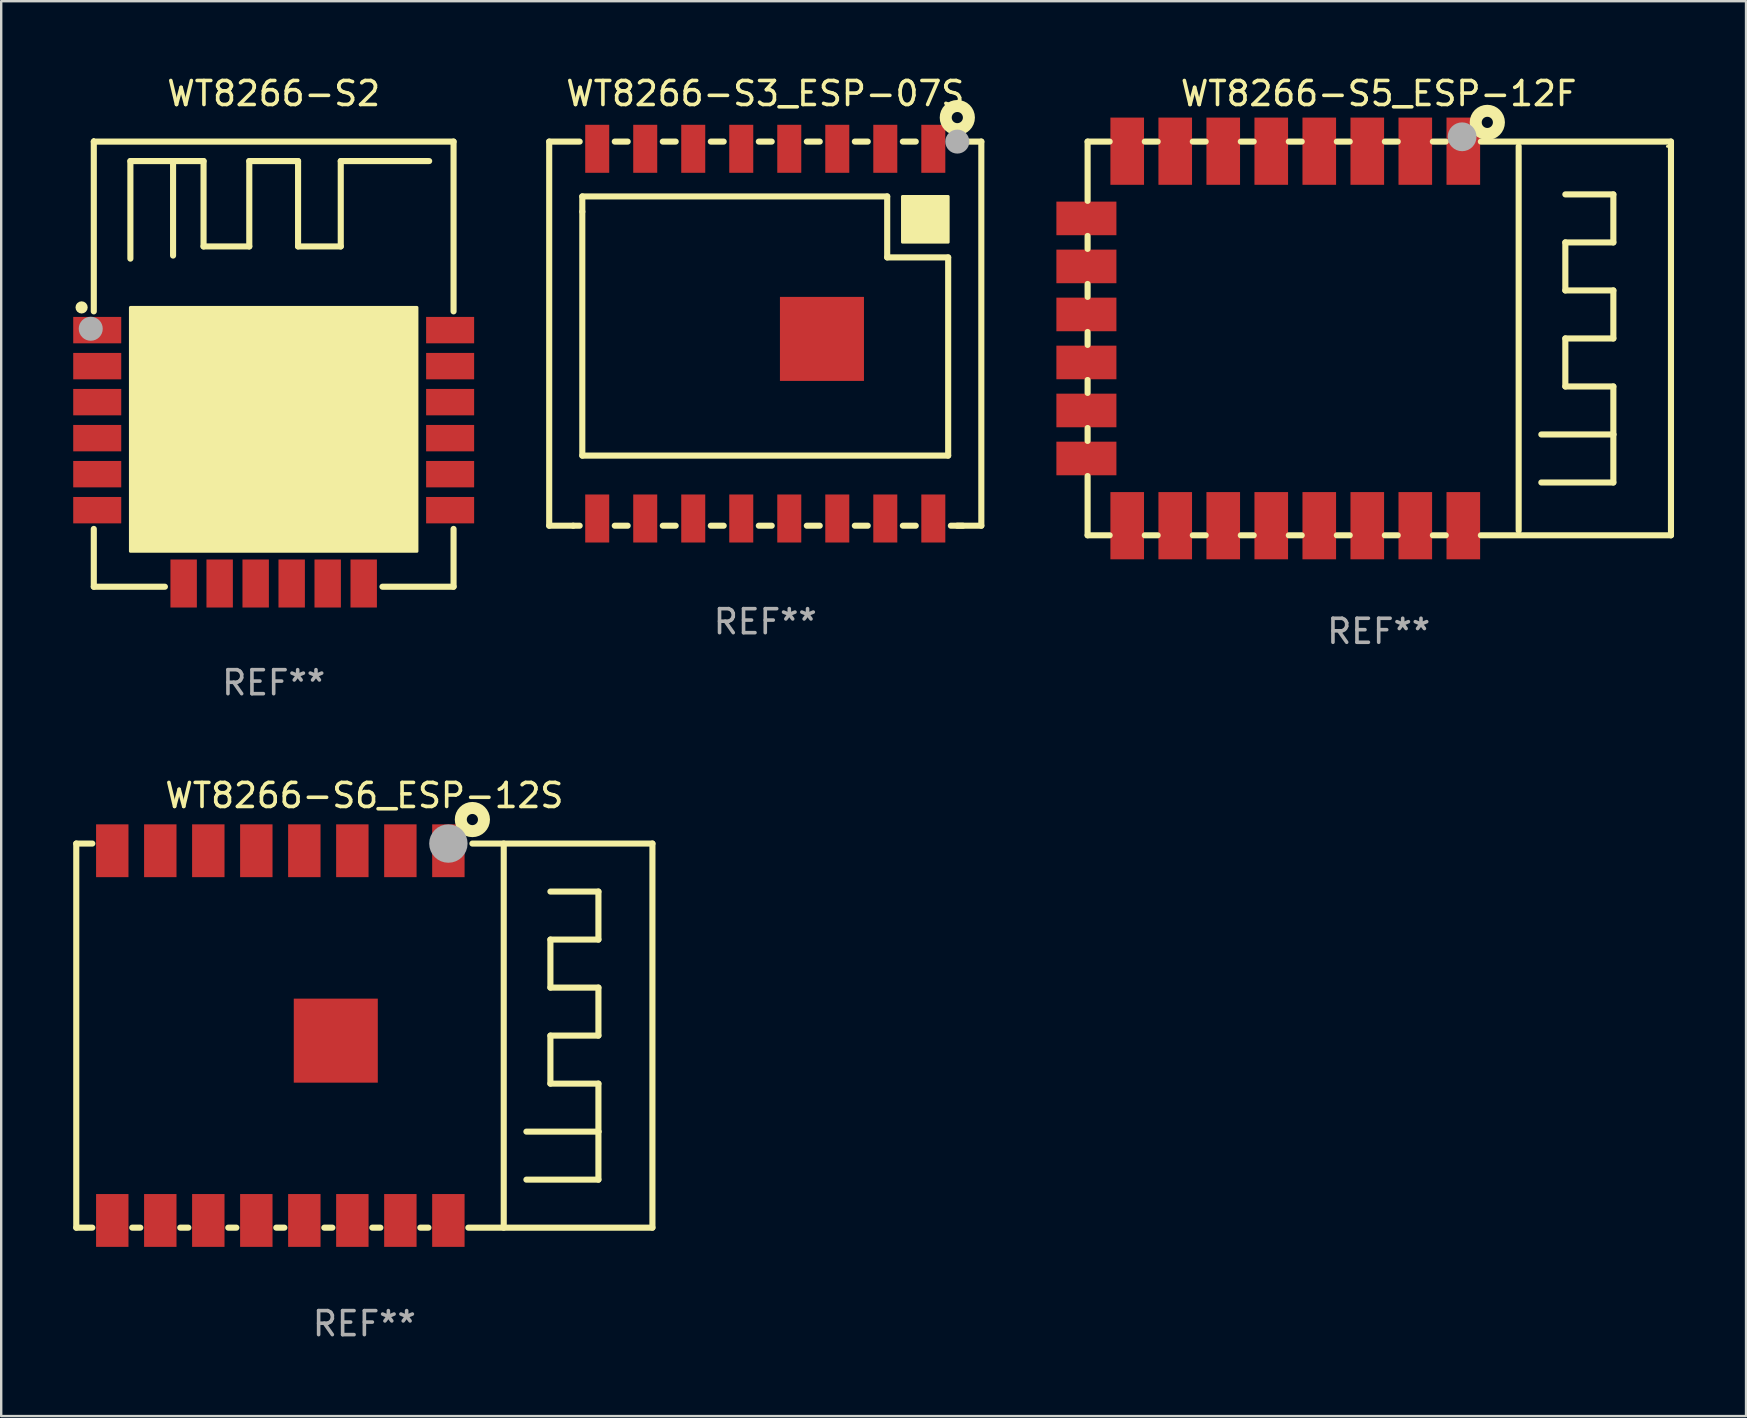
<source format=kicad_pcb>
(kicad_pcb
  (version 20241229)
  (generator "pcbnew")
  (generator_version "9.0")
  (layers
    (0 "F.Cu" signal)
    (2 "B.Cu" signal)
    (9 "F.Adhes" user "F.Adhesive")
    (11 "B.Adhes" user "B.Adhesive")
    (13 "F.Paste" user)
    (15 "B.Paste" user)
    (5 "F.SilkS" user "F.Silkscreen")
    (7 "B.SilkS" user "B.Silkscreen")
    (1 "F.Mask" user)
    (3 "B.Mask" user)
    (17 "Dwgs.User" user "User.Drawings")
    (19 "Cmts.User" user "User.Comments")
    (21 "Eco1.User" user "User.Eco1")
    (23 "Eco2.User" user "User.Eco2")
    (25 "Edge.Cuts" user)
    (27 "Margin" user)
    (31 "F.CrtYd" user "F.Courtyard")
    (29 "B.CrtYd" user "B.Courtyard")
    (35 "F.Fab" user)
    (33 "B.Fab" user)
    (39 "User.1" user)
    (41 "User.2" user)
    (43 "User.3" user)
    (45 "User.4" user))
  (footprint "WT8266-S3_ESP-07S"
    (layer "F.Cu")
    (at 28.827 10.848)
    (property "Reference" "WT8266-S3_ESP-07S" (at 0 -10 0) (layer "F.SilkS") (effects (font (size 1 1) (thickness 0.15))))
    (attr through_hole)
    (fp_line (start -9 -8) (end -9 8) (stroke (width 0.254) (type solid)) (layer "F.SilkS"))
    (fp_line (start -9 8) (end -8 8) (stroke (width 0.254) (type solid)) (layer "F.SilkS"))
    (fp_line (start -8 8) (end -7.731 8) (stroke (width 0.254) (type solid)) (layer "F.SilkS"))
    (fp_line (start -7.731 -8) (end -9 -8) (stroke (width 0.254) (type solid)) (layer "F.SilkS"))
    (fp_line (start -7.621 -5.716) (end -7.621 -5.081) (stroke (width 0.254) (type solid)) (layer "F.SilkS"))
    (fp_line (start -7.621 -5.081) (end -7.621 5.08) (stroke (width 0.254) (type solid)) (layer "F.SilkS"))
    (fp_line (start -7.621 5.08) (end 7.619 5.08) (stroke (width 0.254) (type solid)) (layer "F.SilkS"))
    (fp_line (start -6.269 8) (end -5.731 8) (stroke (width 0.254) (type solid)) (layer "F.SilkS"))
    (fp_line (start -5.731 -8) (end -6.269 -8) (stroke (width 0.254) (type solid)) (layer "F.SilkS"))
    (fp_line (start -4.269 8) (end -3.731 8) (stroke (width 0.254) (type solid)) (layer "F.SilkS"))
    (fp_line (start -3.731 -8) (end -4.269 -8) (stroke (width 0.254) (type solid)) (layer "F.SilkS"))
    (fp_line (start -2.269 8) (end -1.731 8) (stroke (width 0.254) (type solid)) (layer "F.SilkS"))
    (fp_line (start -1.731 -8) (end -2.269 -8) (stroke (width 0.254) (type solid)) (layer "F.SilkS"))
    (fp_line (start -0.269 8) (end 0.269 8) (stroke (width 0.254) (type solid)) (layer "F.SilkS"))
    (fp_line (start 0.269 -8) (end -0.269 -8) (stroke (width 0.254) (type solid)) (layer "F.SilkS"))
    (fp_line (start 1.731 8) (end 2.269 8) (stroke (width 0.254) (type solid)) (layer "F.SilkS"))
    (fp_line (start 2.269 -8) (end 1.731 -8) (stroke (width 0.254) (type solid)) (layer "F.SilkS"))
    (fp_line (start 3.731 8) (end 4.269 8) (stroke (width 0.254) (type solid)) (layer "F.SilkS"))
    (fp_line (start 4.269 -8) (end 3.731 -8) (stroke (width 0.254) (type solid)) (layer "F.SilkS"))
    (fp_line (start 5.079 -5.716) (end -7.621 -5.716) (stroke (width 0.254) (type solid)) (layer "F.SilkS"))
    (fp_line (start 5.079 -3.176) (end 5.079 -5.716) (stroke (width 0.254) (type solid)) (layer "F.SilkS"))
    (fp_line (start 5.731 8) (end 6.269 8) (stroke (width 0.254) (type solid)) (layer "F.SilkS"))
    (fp_line (start 6.269 -8) (end 5.731 -8) (stroke (width 0.254) (type solid)) (layer "F.SilkS"))
    (fp_line (start 7.619 -3.176) (end 5.079 -3.176) (stroke (width 0.254) (type solid)) (layer "F.SilkS"))
    (fp_line (start 7.619 5.08) (end 7.619 -3.176) (stroke (width 0.254) (type solid)) (layer "F.SilkS"))
    (fp_line (start 7.731 8) (end 8.232 8) (stroke (width 0.254) (type solid)) (layer "F.SilkS"))
    (fp_line (start 8 -8) (end 7.731 -8) (stroke (width 0.254) (type solid)) (layer "F.SilkS"))
    (fp_line (start 8 -8) (end 9 -8) (stroke (width 0.254) (type solid)) (layer "F.SilkS"))
    (fp_line (start 9 -8) (end 9 8) (stroke (width 0.254) (type solid)) (layer "F.SilkS"))
    (fp_line (start 9 8) (end 8 8) (stroke (width 0.254) (type solid)) (layer "F.SilkS"))
    (fp_circle (center 8 -9) (end 8.233 -9) (stroke (width 0.5) (type solid)) (fill no) (layer "F.SilkS"))
    (fp_circle (center 8.5 -8) (end 8.53 -8) (stroke (width 0.06) (type solid)) (fill no) (layer "F.SilkS"))
    (fp_poly (pts (xy 5.715 -5.715) (xy 7.62 -5.715) (xy 7.62 -3.81) (xy 5.715 -3.81)) (stroke (width 0.12) (type solid)) (fill yes) (layer "F.SilkS"))
    (fp_circle (center 8 -8) (end 8.25 -8) (stroke (width 0.5) (type solid)) (fill no) (layer "F.Fab"))
    (fp_text user "WIFI" (at -5.588 1.27 0) (layer "B.Mask") (effects (font (size 1 1) (thickness 0.15))))
    (fp_text user "REF**" (at 0 12 0) (layer "F.Fab") (effects (font (size 1 1) (thickness 0.15))))
    (pad "1" smd rect (at 7 -7.7 90) (size 2 1) (layers "F.Cu" "F.Mask" "F.Paste"))
    (pad "2" smd rect (at 5 -7.7 90) (size 2 1) (layers "F.Cu" "F.Mask" "F.Paste"))
    (pad "3" smd rect (at 3 -7.7 90) (size 2 1) (layers "F.Cu" "F.Mask" "F.Paste"))
    (pad "4" smd rect (at 1 -7.7 90) (size 2 1) (layers "F.Cu" "F.Mask" "F.Paste"))
    (pad "5" smd rect (at -1 -7.7 90) (size 2 1) (layers "F.Cu" "F.Mask" "F.Paste"))
    (pad "6" smd rect (at -3 -7.7 90) (size 2 1) (layers "F.Cu" "F.Mask" "F.Paste"))
    (pad "7" smd rect (at -5 -7.7 90) (size 2 1) (layers "F.Cu" "F.Mask" "F.Paste"))
    (pad "8" smd rect (at -7 -7.7 90) (size 2 1) (layers "F.Cu" "F.Mask" "F.Paste"))
    (pad "9" smd rect (at -7 7.7 270) (size 2 1) (layers "F.Cu" "F.Mask" "F.Paste"))
    (pad "10" smd rect (at -5 7.7 270) (size 2 1) (layers "F.Cu" "F.Mask" "F.Paste"))
    (pad "11" smd rect (at -3 7.7 270) (size 2 1) (layers "F.Cu" "F.Mask" "F.Paste"))
    (pad "12" smd rect (at -1 7.7 270) (size 2 1) (layers "F.Cu" "F.Mask" "F.Paste"))
    (pad "13" smd rect (at 1 7.7 270) (size 2 1) (layers "F.Cu" "F.Mask" "F.Paste"))
    (pad "14" smd rect (at 3 7.7 270) (size 2 1) (layers "F.Cu" "F.Mask" "F.Paste"))
    (pad "15" smd rect (at 5 7.7 270) (size 2 1) (layers "F.Cu" "F.Mask" "F.Paste"))
    (pad "16" smd rect (at 7 7.7 270) (size 2 1) (layers "F.Cu" "F.Mask" "F.Paste"))
    (pad "17" smd rect (at 2.361 0.219 180) (size 3.5 3.5) (layers "F.Cu" "F.Mask" "F.Paste")))
  (footprint "WT8266-S5_ESP-12F"
    (layer "F.Cu")
    (at 54.379 11.048)
    (property "Reference" "WT8266-S5_ESP-12F" (at 0 -10.2 0) (layer "F.SilkS") (effects (font (size 1 1) (thickness 0.15))))
    (attr through_hole)
    (fp_line (start -12.125 -8.2) (end -11.206 -8.2) (stroke (width 0.254) (type solid)) (layer "F.SilkS"))
    (fp_line (start -12.125 -5.731) (end -12.125 -8.2) (stroke (width 0.254) (type solid)) (layer "F.SilkS"))
    (fp_line (start -12.125 -3.731) (end -12.125 -4.269) (stroke (width 0.254) (type solid)) (layer "F.SilkS"))
    (fp_line (start -12.125 -1.731) (end -12.125 -2.269) (stroke (width 0.254) (type solid)) (layer "F.SilkS"))
    (fp_line (start -12.125 0.269) (end -12.125 -0.269) (stroke (width 0.254) (type solid)) (layer "F.SilkS"))
    (fp_line (start -12.125 2.269) (end -12.125 1.731) (stroke (width 0.254) (type solid)) (layer "F.SilkS"))
    (fp_line (start -12.125 4.269) (end -12.125 3.731) (stroke (width 0.254) (type solid)) (layer "F.SilkS"))
    (fp_line (start -12.125 8.2) (end -12.125 5.731) (stroke (width 0.254) (type solid)) (layer "F.SilkS"))
    (fp_line (start -11.206 8.2) (end -12.125 8.2) (stroke (width 0.254) (type solid)) (layer "F.SilkS"))
    (fp_line (start -9.744 -8.2) (end -9.206 -8.2) (stroke (width 0.254) (type solid)) (layer "F.SilkS"))
    (fp_line (start -9.206 8.2) (end -9.744 8.2) (stroke (width 0.254) (type solid)) (layer "F.SilkS"))
    (fp_line (start -7.744 -8.2) (end -7.206 -8.2) (stroke (width 0.254) (type solid)) (layer "F.SilkS"))
    (fp_line (start -7.206 8.2) (end -7.744 8.2) (stroke (width 0.254) (type solid)) (layer "F.SilkS"))
    (fp_line (start -5.744 -8.2) (end -5.206 -8.2) (stroke (width 0.254) (type solid)) (layer "F.SilkS"))
    (fp_line (start -5.206 8.2) (end -5.744 8.2) (stroke (width 0.254) (type solid)) (layer "F.SilkS"))
    (fp_line (start -3.744 -8.2) (end -3.206 -8.2) (stroke (width 0.254) (type solid)) (layer "F.SilkS"))
    (fp_line (start -3.206 8.2) (end -3.744 8.2) (stroke (width 0.254) (type solid)) (layer "F.SilkS"))
    (fp_line (start -1.744 -8.2) (end -1.206 -8.2) (stroke (width 0.254) (type solid)) (layer "F.SilkS"))
    (fp_line (start -1.206 8.2) (end -1.744 8.2) (stroke (width 0.254) (type solid)) (layer "F.SilkS"))
    (fp_line (start 0.256 -8.2) (end 0.794 -8.2) (stroke (width 0.254) (type solid)) (layer "F.SilkS"))
    (fp_line (start 0.794 8.2) (end 0.256 8.2) (stroke (width 0.254) (type solid)) (layer "F.SilkS"))
    (fp_line (start 2.256 -8.2) (end 2.794 -8.2) (stroke (width 0.254) (type solid)) (layer "F.SilkS"))
    (fp_line (start 2.794 8.2) (end 2.256 8.2) (stroke (width 0.254) (type solid)) (layer "F.SilkS"))
    (fp_line (start 4.256 -8.2) (end 12.175 -8.2) (stroke (width 0.254) (type solid)) (layer "F.SilkS"))
    (fp_line (start 5.831 -8.001) (end 5.831 8.001) (stroke (width 0.254) (type solid)) (layer "F.SilkS"))
    (fp_line (start 6.775 6) (end 9.775 6) (stroke (width 0.254) (type solid)) (layer "F.SilkS"))
    (fp_line (start 7.775 -4) (end 9.775 -4) (stroke (width 0.254) (type solid)) (layer "F.SilkS"))
    (fp_line (start 7.775 -2) (end 7.775 -4) (stroke (width 0.254) (type solid)) (layer "F.SilkS"))
    (fp_line (start 7.775 -0.000025) (end 9.775 -0.000025) (stroke (width 0.254) (type solid)) (layer "F.SilkS"))
    (fp_line (start 7.775 2) (end 7.775 -0.000025) (stroke (width 0.254) (type solid)) (layer "F.SilkS"))
    (fp_line (start 9.775 -6) (end 7.775 -6) (stroke (width 0.254) (type solid)) (layer "F.SilkS"))
    (fp_line (start 9.775 -4) (end 9.775 -6) (stroke (width 0.254) (type solid)) (layer "F.SilkS"))
    (fp_line (start 9.775 -2) (end 7.775 -2) (stroke (width 0.254) (type solid)) (layer "F.SilkS"))
    (fp_line (start 9.775 -0.000025) (end 9.775 -2) (stroke (width 0.254) (type solid)) (layer "F.SilkS"))
    (fp_line (start 9.775 2) (end 7.775 2) (stroke (width 0.254) (type solid)) (layer "F.SilkS"))
    (fp_line (start 9.775 4) (end 6.775 4) (stroke (width 0.254) (type solid)) (layer "F.SilkS"))
    (fp_line (start 9.775 4) (end 9.775 2) (stroke (width 0.254) (type solid)) (layer "F.SilkS"))
    (fp_line (start 9.775 6) (end 9.775 4) (stroke (width 0.254) (type solid)) (layer "F.SilkS"))
    (fp_line (start 12.175 -8.2) (end 12.175 8.2) (stroke (width 0.254) (type solid)) (layer "F.SilkS"))
    (fp_line (start 12.175 8.2) (end 4.256 8.2) (stroke (width 0.254) (type solid)) (layer "F.SilkS"))
    (fp_circle (center 4.525 -9) (end 4.758 -9) (stroke (width 0.5) (type solid)) (fill no) (layer "F.SilkS"))
    (fp_circle (center 12.025 -8) (end 12.055 -8) (stroke (width 0.06) (type solid)) (fill no) (layer "F.SilkS"))
    (fp_circle (center 3.475 -8.4) (end 3.775 -8.4) (stroke (width 0.6) (type solid)) (fill no) (layer "F.Fab"))
    (fp_text user "WIFI" (at -6.475 1 0) (layer "B.Mask") (effects (font (size 1 1) (thickness 0.15))))
    (fp_text user "REF**" (at 0 12.2 0) (layer "F.Fab") (effects (font (size 1 1) (thickness 0.15))))
    (pad "1" smd rect (at 3.525 -7.8) (size 1.4 2.8) (layers "F.Cu" "F.Mask" "F.Paste"))
    (pad "2" smd rect (at 1.525 -7.8) (size 1.4 2.8) (layers "F.Cu" "F.Mask" "F.Paste"))
    (pad "3" smd rect (at -0.475 -7.8) (size 1.4 2.8) (layers "F.Cu" "F.Mask" "F.Paste"))
    (pad "4" smd rect (at -2.475 -7.8) (size 1.4 2.8) (layers "F.Cu" "F.Mask" "F.Paste"))
    (pad "5" smd rect (at -4.475 -7.8) (size 1.4 2.8) (layers "F.Cu" "F.Mask" "F.Paste"))
    (pad "6" smd rect (at -6.475 -7.8) (size 1.4 2.8) (layers "F.Cu" "F.Mask" "F.Paste"))
    (pad "7" smd rect (at -8.475 -7.8) (size 1.4 2.8) (layers "F.Cu" "F.Mask" "F.Paste"))
    (pad "8" smd rect (at -10.475 -7.8) (size 1.4 2.8) (layers "F.Cu" "F.Mask" "F.Paste"))
    (pad "9" smd rect (at -10.475 7.8) (size 1.4 2.8) (layers "F.Cu" "F.Mask" "F.Paste"))
    (pad "10" smd rect (at -8.475 7.8) (size 1.4 2.8) (layers "F.Cu" "F.Mask" "F.Paste"))
    (pad "11" smd rect (at -6.475 7.8) (size 1.4 2.8) (layers "F.Cu" "F.Mask" "F.Paste"))
    (pad "12" smd rect (at -4.475 7.8) (size 1.4 2.8) (layers "F.Cu" "F.Mask" "F.Paste"))
    (pad "13" smd rect (at -2.475 7.8) (size 1.4 2.8) (layers "F.Cu" "F.Mask" "F.Paste"))
    (pad "14" smd rect (at -0.475 7.8) (size 1.4 2.8) (layers "F.Cu" "F.Mask" "F.Paste"))
    (pad "15" smd rect (at 1.525 7.8) (size 1.4 2.8) (layers "F.Cu" "F.Mask" "F.Paste"))
    (pad "16" smd rect (at 3.525 7.8) (size 1.4 2.8) (layers "F.Cu" "F.Mask" "F.Paste"))
    (pad "17" smd rect (at -12.175 -5) (size 2.5 1.4) (layers "F.Cu" "F.Mask" "F.Paste"))
    (pad "18" smd rect (at -12.175 -3) (size 2.5 1.4) (layers "F.Cu" "F.Mask" "F.Paste"))
    (pad "19" smd rect (at -12.175 -1) (size 2.5 1.4) (layers "F.Cu" "F.Mask" "F.Paste"))
    (pad "20" smd rect (at -12.175 1) (size 2.5 1.4) (layers "F.Cu" "F.Mask" "F.Paste"))
    (pad "21" smd rect (at -12.175 3) (size 2.5 1.4) (layers "F.Cu" "F.Mask" "F.Paste"))
    (pad "22" smd rect (at -12.175 5) (size 2.5 1.4) (layers "F.Cu" "F.Mask" "F.Paste")))
  (footprint "WT8266-S2"
    (layer "F.Cu")
    (at 8.35 12.119)
    (property "Reference" "WT8266-S2" (at 0 -11.271 0) (layer "F.SilkS") (effects (font (size 1 1) (thickness 0.15))))
    (attr through_hole)
    (fp_line (start -7.493 -9.271) (end -7.493 -2.199) (stroke (width 0.254) (type solid)) (layer "F.SilkS"))
    (fp_line (start -7.493 6.863) (end -7.493 9.271) (stroke (width 0.254) (type solid)) (layer "F.SilkS"))
    (fp_line (start -7.493 9.271) (end -4.531 9.271) (stroke (width 0.254) (type solid)) (layer "F.SilkS"))
    (fp_line (start -5.969 -8.46) (end -2.921 -8.46) (stroke (width 0.254) (type solid)) (layer "F.SilkS"))
    (fp_line (start -5.969 -4.396) (end -5.969 -8.46) (stroke (width 0.254) (type solid)) (layer "F.SilkS"))
    (fp_line (start -4.191 -8.333) (end -4.191 -4.523) (stroke (width 0.254) (type solid)) (layer "F.SilkS"))
    (fp_line (start -2.921 -8.46) (end -2.921 -4.904) (stroke (width 0.254) (type solid)) (layer "F.SilkS"))
    (fp_line (start -2.921 -4.904) (end -1.016 -4.904) (stroke (width 0.254) (type solid)) (layer "F.SilkS"))
    (fp_line (start -1.016 -8.46) (end 1.016 -8.46) (stroke (width 0.254) (type solid)) (layer "F.SilkS"))
    (fp_line (start -1.016 -4.904) (end -1.016 -8.46) (stroke (width 0.254) (type solid)) (layer "F.SilkS"))
    (fp_line (start 1.016 -8.46) (end 1.016 -4.904) (stroke (width 0.254) (type solid)) (layer "F.SilkS"))
    (fp_line (start 1.016 -4.904) (end 2.794 -4.904) (stroke (width 0.254) (type solid)) (layer "F.SilkS"))
    (fp_line (start 2.794 -8.46) (end 6.477 -8.46) (stroke (width 0.254) (type solid)) (layer "F.SilkS"))
    (fp_line (start 2.794 -4.904) (end 2.794 -8.46) (stroke (width 0.254) (type solid)) (layer "F.SilkS"))
    (fp_line (start 4.531 9.271) (end 7.493 9.271) (stroke (width 0.254) (type solid)) (layer "F.SilkS"))
    (fp_line (start 7.493 -9.271) (end -7.493 -9.271) (stroke (width 0.254) (type solid)) (layer "F.SilkS"))
    (fp_line (start 7.493 -2.199) (end 7.493 -9.271) (stroke (width 0.254) (type solid)) (layer "F.SilkS"))
    (fp_line (start 7.493 9.271) (end 7.493 6.863) (stroke (width 0.254) (type solid)) (layer "F.SilkS"))
    (fp_circle (center -8.001 -2.364) (end -7.874 -2.364) (stroke (width 0.254) (type solid)) (fill no) (layer "F.SilkS"))
    (fp_circle (center -7.5 -9.358) (end -7.47 -9.358) (stroke (width 0.06) (type solid)) (fill no) (layer "F.SilkS"))
    (fp_poly (pts (xy -5.969 -2.364) (xy 5.969 -2.364) (xy 5.969 7.796) (xy -5.969 7.796)) (stroke (width 0.12) (type solid)) (fill yes) (layer "F.SilkS"))
    (fp_circle (center -7.62 -1.475) (end -7.37 -1.475) (stroke (width 0.5) (type solid)) (fill no) (layer "F.Fab"))
    (fp_text user "REF**" (at 0 13.271 0) (layer "F.Fab") (effects (font (size 1 1) (thickness 0.15))))
    (pad "1" smd rect (at -7.35 -1.418) (size 2 1.1) (layers "F.Cu" "F.Mask" "F.Paste"))
    (pad "2" smd rect (at -7.35 0.082) (size 2 1.1) (layers "F.Cu" "F.Mask" "F.Paste"))
    (pad "3" smd rect (at -7.35 1.582) (size 2 1.1) (layers "F.Cu" "F.Mask" "F.Paste"))
    (pad "4" smd rect (at -7.35 3.082) (size 2 1.1) (layers "F.Cu" "F.Mask" "F.Paste"))
    (pad "5" smd rect (at -7.35 4.582) (size 2 1.1) (layers "F.Cu" "F.Mask" "F.Paste"))
    (pad "6" smd rect (at -7.35 6.082) (size 2 1.1) (layers "F.Cu" "F.Mask" "F.Paste"))
    (pad "7" smd rect (at -3.75 9.137 270) (size 2 1.1) (layers "F.Cu" "F.Mask" "F.Paste"))
    (pad "8" smd rect (at -2.25 9.137 270) (size 2 1.1) (layers "F.Cu" "F.Mask" "F.Paste"))
    (pad "9" smd rect (at -0.75 9.137 270) (size 2 1.1) (layers "F.Cu" "F.Mask" "F.Paste"))
    (pad "10" smd rect (at 0.75 9.137 270) (size 2 1.1) (layers "F.Cu" "F.Mask" "F.Paste"))
    (pad "11" smd rect (at 2.25 9.137 270) (size 2 1.1) (layers "F.Cu" "F.Mask" "F.Paste"))
    (pad "12" smd rect (at 3.75 9.137 270) (size 2 1.1) (layers "F.Cu" "F.Mask" "F.Paste"))
    (pad "13" smd rect (at 7.35 6.082) (size 2 1.1) (layers "F.Cu" "F.Mask" "F.Paste"))
    (pad "14" smd rect (at 7.35 4.582) (size 2 1.1) (layers "F.Cu" "F.Mask" "F.Paste"))
    (pad "15" smd rect (at 7.35 3.082) (size 2 1.1) (layers "F.Cu" "F.Mask" "F.Paste"))
    (pad "16" smd rect (at 7.35 1.582) (size 2 1.1) (layers "F.Cu" "F.Mask" "F.Paste"))
    (pad "17" smd rect (at 7.35 0.082) (size 2 1.1) (layers "F.Cu" "F.Mask" "F.Paste"))
    (pad "18" smd rect (at 7.35 -1.418) (size 2 1.1) (layers "F.Cu" "F.Mask" "F.Paste"))
    (pad "19" smd rect (at 1.075 2.062) (size 3.51 3.49) (layers "F.Cu" "F.Mask" "F.Paste")))
  (footprint "WT8266-S6_ESP-12S"
    (layer "F.Cu")
    (at 12.127 40.088)
    (property "Reference" "WT8266-S6_ESP-12S" (at 0 -10.001 0) (layer "F.SilkS") (effects (font (size 1 1) (thickness 0.15))))
    (attr through_hole)
    (fp_line (start -12 -8) (end -11.331 -8) (stroke (width 0.254) (type solid)) (layer "F.SilkS"))
    (fp_line (start -12 8) (end -12 -8) (stroke (width 0.254) (type solid)) (layer "F.SilkS"))
    (fp_line (start -11.331 8) (end -12 8) (stroke (width 0.254) (type solid)) (layer "F.SilkS"))
    (fp_line (start -9.331 8) (end -9.669 8) (stroke (width 0.254) (type solid)) (layer "F.SilkS"))
    (fp_line (start -7.331 8) (end -7.669 8) (stroke (width 0.254) (type solid)) (layer "F.SilkS"))
    (fp_line (start -5.331 8) (end -5.669 8) (stroke (width 0.254) (type solid)) (layer "F.SilkS"))
    (fp_line (start -3.331 8) (end -3.669 8) (stroke (width 0.254) (type solid)) (layer "F.SilkS"))
    (fp_line (start -1.331 8) (end -1.669 8) (stroke (width 0.254) (type solid)) (layer "F.SilkS"))
    (fp_line (start 0.669 8) (end 0.331 8) (stroke (width 0.254) (type solid)) (layer "F.SilkS"))
    (fp_line (start 2.669 8) (end 2.331 8) (stroke (width 0.254) (type solid)) (layer "F.SilkS"))
    (fp_line (start 4.5 -8) (end 12 -8) (stroke (width 0.254) (type solid)) (layer "F.SilkS"))
    (fp_line (start 5.806 -8.001) (end 5.806 8.001) (stroke (width 0.254) (type solid)) (layer "F.SilkS"))
    (fp_line (start 6.75 6) (end 9.75 6) (stroke (width 0.254) (type solid)) (layer "F.SilkS"))
    (fp_line (start 7.75 -4) (end 9.75 -4) (stroke (width 0.254) (type solid)) (layer "F.SilkS"))
    (fp_line (start 7.75 -2) (end 7.75 -4) (stroke (width 0.254) (type solid)) (layer "F.SilkS"))
    (fp_line (start 7.75 0) (end 9.75 0) (stroke (width 0.254) (type solid)) (layer "F.SilkS"))
    (fp_line (start 7.75 2) (end 7.75 0) (stroke (width 0.254) (type solid)) (layer "F.SilkS"))
    (fp_line (start 9.75 -6) (end 7.75 -6) (stroke (width 0.254) (type solid)) (layer "F.SilkS"))
    (fp_line (start 9.75 -4) (end 9.75 -6) (stroke (width 0.254) (type solid)) (layer "F.SilkS"))
    (fp_line (start 9.75 -2) (end 7.75 -2) (stroke (width 0.254) (type solid)) (layer "F.SilkS"))
    (fp_line (start 9.75 0) (end 9.75 -2) (stroke (width 0.254) (type solid)) (layer "F.SilkS"))
    (fp_line (start 9.75 2) (end 7.75 2) (stroke (width 0.254) (type solid)) (layer "F.SilkS"))
    (fp_line (start 9.75 4) (end 6.75 4) (stroke (width 0.254) (type solid)) (layer "F.SilkS"))
    (fp_line (start 9.75 4) (end 9.75 2) (stroke (width 0.254) (type solid)) (layer "F.SilkS"))
    (fp_line (start 9.75 6) (end 9.75 4) (stroke (width 0.254) (type solid)) (layer "F.SilkS"))
    (fp_line (start 12 -8) (end 12 8) (stroke (width 0.254) (type solid)) (layer "F.SilkS"))
    (fp_line (start 12 8) (end 4.331 8) (stroke (width 0.254) (type solid)) (layer "F.SilkS"))
    (fp_circle (center 4.5 -9) (end 4.733 -9) (stroke (width 0.5) (type solid)) (fill no) (layer "F.SilkS"))
    (fp_circle (center 12 -8) (end 12.03 -8) (stroke (width 0.06) (type solid)) (fill no) (layer "F.SilkS"))
    (fp_circle (center 3.5 -8) (end 3.9 -8) (stroke (width 0.8) (type solid)) (fill no) (layer "F.Fab"))
    (fp_text user "WIFI" (at -8.79 1.33 0) (layer "B.Mask") (effects (font (size 1 1) (thickness 0.15))))
    (fp_text user "REF**" (at 0 12.001 0) (layer "F.Fab") (effects (font (size 1 1) (thickness 0.15))))
    (pad "1" smd rect (at 3.5 -7.7) (size 1.35 2.2) (layers "F.Cu" "F.Mask" "F.Paste"))
    (pad "2" smd rect (at 1.5 -7.7) (size 1.35 2.2) (layers "F.Cu" "F.Mask" "F.Paste"))
    (pad "3" smd rect (at -0.5 -7.7) (size 1.35 2.2) (layers "F.Cu" "F.Mask" "F.Paste"))
    (pad "4" smd rect (at -2.5 -7.7) (size 1.35 2.2) (layers "F.Cu" "F.Mask" "F.Paste"))
    (pad "5" smd rect (at -4.5 -7.7) (size 1.35 2.2) (layers "F.Cu" "F.Mask" "F.Paste"))
    (pad "6" smd rect (at -6.5 -7.7) (size 1.35 2.2) (layers "F.Cu" "F.Mask" "F.Paste"))
    (pad "7" smd rect (at -8.5 -7.7) (size 1.35 2.2) (layers "F.Cu" "F.Mask" "F.Paste"))
    (pad "8" smd rect (at -10.5 -7.7) (size 1.35 2.2) (layers "F.Cu" "F.Mask" "F.Paste"))
    (pad "9" smd rect (at -10.5 7.7) (size 1.35 2.2) (layers "F.Cu" "F.Mask" "F.Paste"))
    (pad "10" smd rect (at -8.5 7.7) (size 1.35 2.2) (layers "F.Cu" "F.Mask" "F.Paste"))
    (pad "11" smd rect (at -6.5 7.7) (size 1.35 2.2) (layers "F.Cu" "F.Mask" "F.Paste"))
    (pad "12" smd rect (at -4.5 7.7) (size 1.35 2.2) (layers "F.Cu" "F.Mask" "F.Paste"))
    (pad "13" smd rect (at -2.5 7.7) (size 1.35 2.2) (layers "F.Cu" "F.Mask" "F.Paste"))
    (pad "14" smd rect (at -0.5 7.7) (size 1.35 2.2) (layers "F.Cu" "F.Mask" "F.Paste"))
    (pad "15" smd rect (at 1.5 7.7) (size 1.35 2.2) (layers "F.Cu" "F.Mask" "F.Paste"))
    (pad "16" smd rect (at 3.5 7.7) (size 1.35 2.2) (layers "F.Cu" "F.Mask" "F.Paste"))
    (pad "17" smd rect (at -1.19 0.21) (size 3.5 3.5) (layers "F.Cu" "F.Mask" "F.Paste")))
  (gr_rect
    (start -3 -3)
    (end 69.681 55.937)
    (stroke (width 0.1) (type default))
    (fill no)
    (layer "Edge.Cuts")))
</source>
